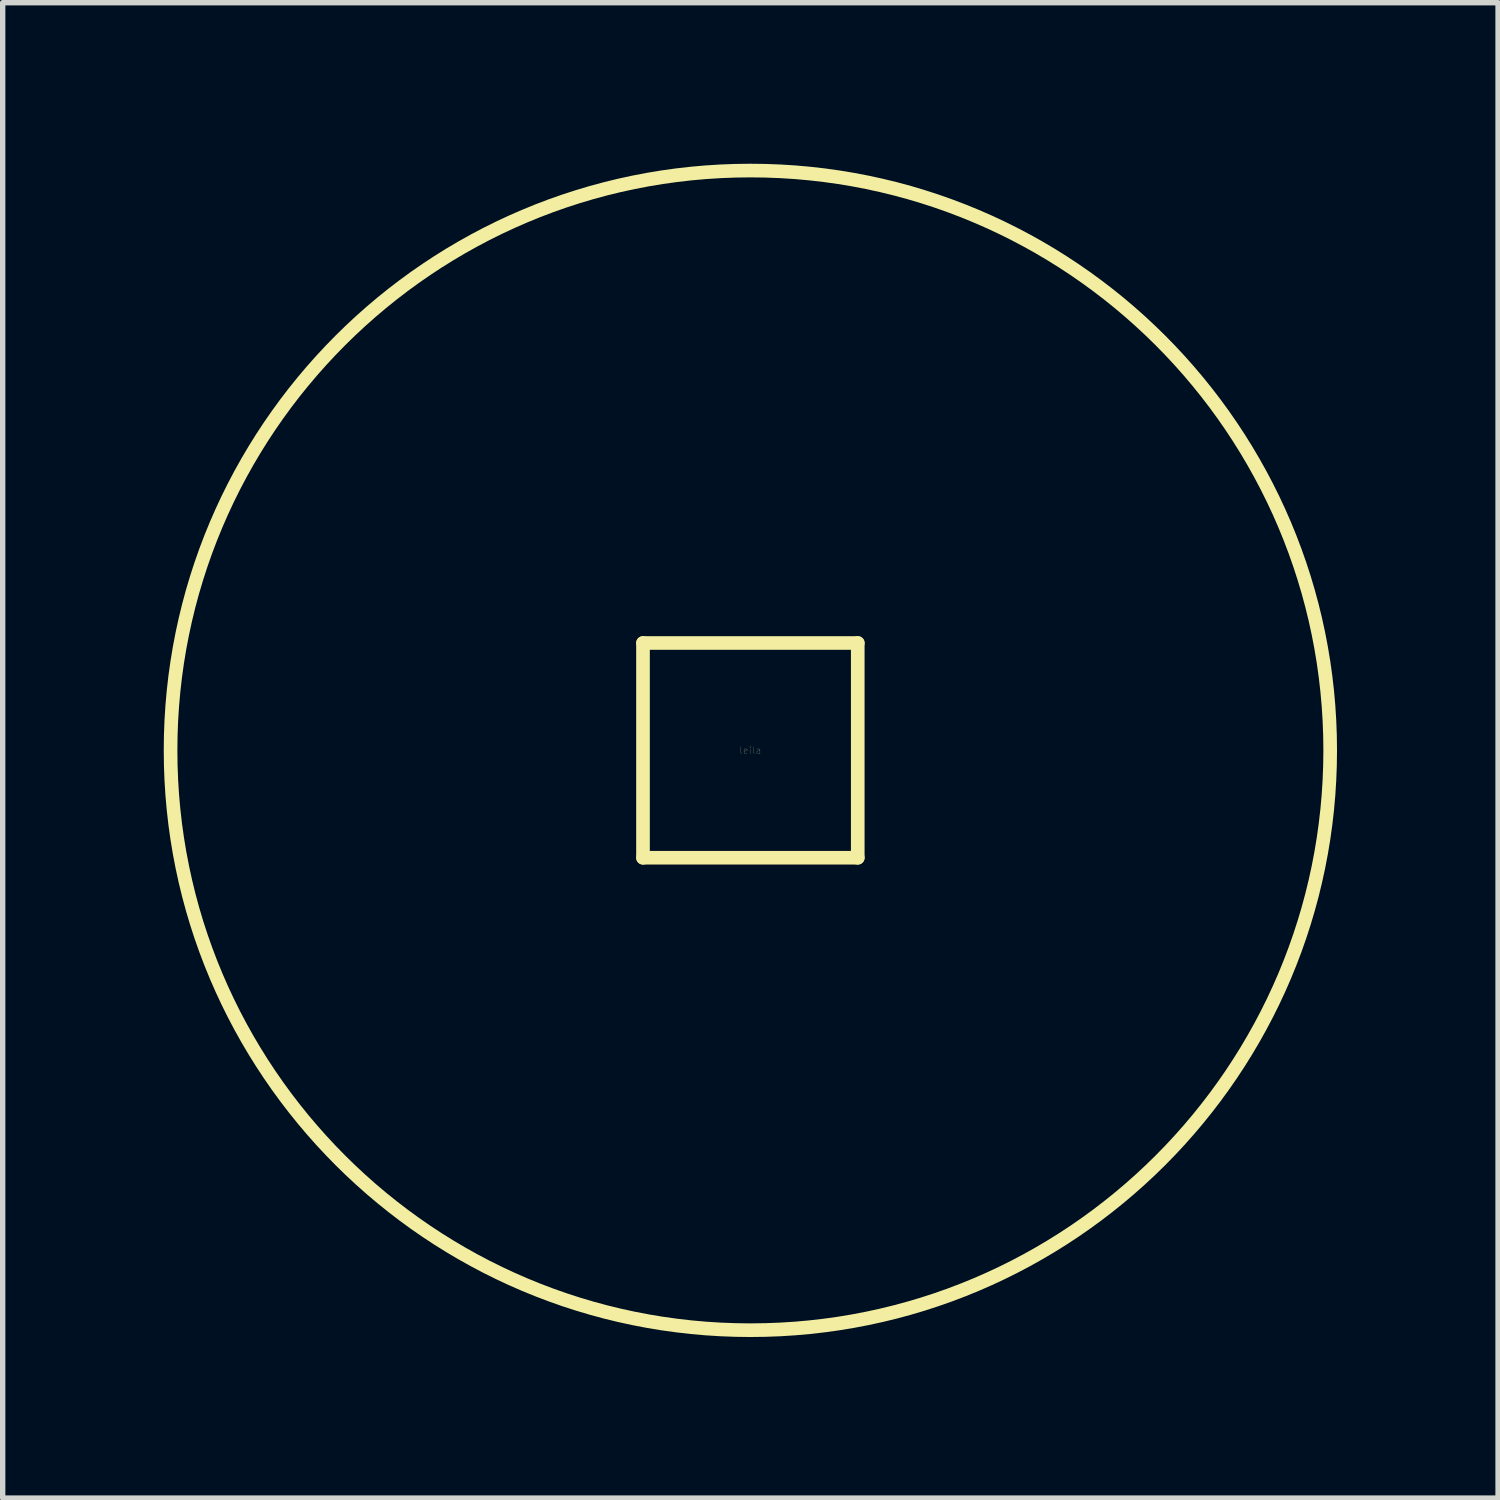
<source format=kicad_pcb>
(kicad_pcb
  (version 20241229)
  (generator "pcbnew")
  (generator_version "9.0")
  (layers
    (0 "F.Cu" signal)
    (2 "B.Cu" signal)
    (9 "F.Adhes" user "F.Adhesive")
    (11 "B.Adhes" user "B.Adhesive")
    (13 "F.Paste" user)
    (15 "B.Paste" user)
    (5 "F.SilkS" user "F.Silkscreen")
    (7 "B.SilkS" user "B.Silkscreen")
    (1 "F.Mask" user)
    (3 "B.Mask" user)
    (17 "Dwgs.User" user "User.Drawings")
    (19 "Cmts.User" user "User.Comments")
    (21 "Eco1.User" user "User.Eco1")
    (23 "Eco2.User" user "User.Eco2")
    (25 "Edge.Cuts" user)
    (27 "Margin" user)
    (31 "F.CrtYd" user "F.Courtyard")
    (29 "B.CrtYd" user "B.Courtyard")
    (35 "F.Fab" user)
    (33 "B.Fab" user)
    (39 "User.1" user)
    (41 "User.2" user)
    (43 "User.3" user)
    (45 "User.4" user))
  (footprint "leila"
    (layer "F.Cu")
    (at 10.927 10.927)
    (property "Reference" "leila" (at 0 0 0) (layer "F.SilkS") (effects (font (size 0.127 0.127) (thickness 0.003))))
    (attr smd)
    (fp_line (start -2 -2) (end 2 -2) (stroke (width 0.254) (type solid)) (layer "F.SilkS"))
    (fp_line (start -2 2) (end -2 -2) (stroke (width 0.254) (type solid)) (layer "F.SilkS"))
    (fp_line (start 2 -2) (end 2 2) (stroke (width 0.254) (type solid)) (layer "F.SilkS"))
    (fp_line (start 2 2) (end -2 2) (stroke (width 0.254) (type solid)) (layer "F.SilkS"))
    (fp_circle (center 0 0) (end -10.8 0) (stroke (width 0.254) (type solid)) (fill no) (layer "F.SilkS")))
  (gr_rect
    (start -3 -3)
    (end 24.854 24.854)
    (stroke (width 0.1) (type default))
    (fill no)
    (layer "Edge.Cuts")))
</source>
